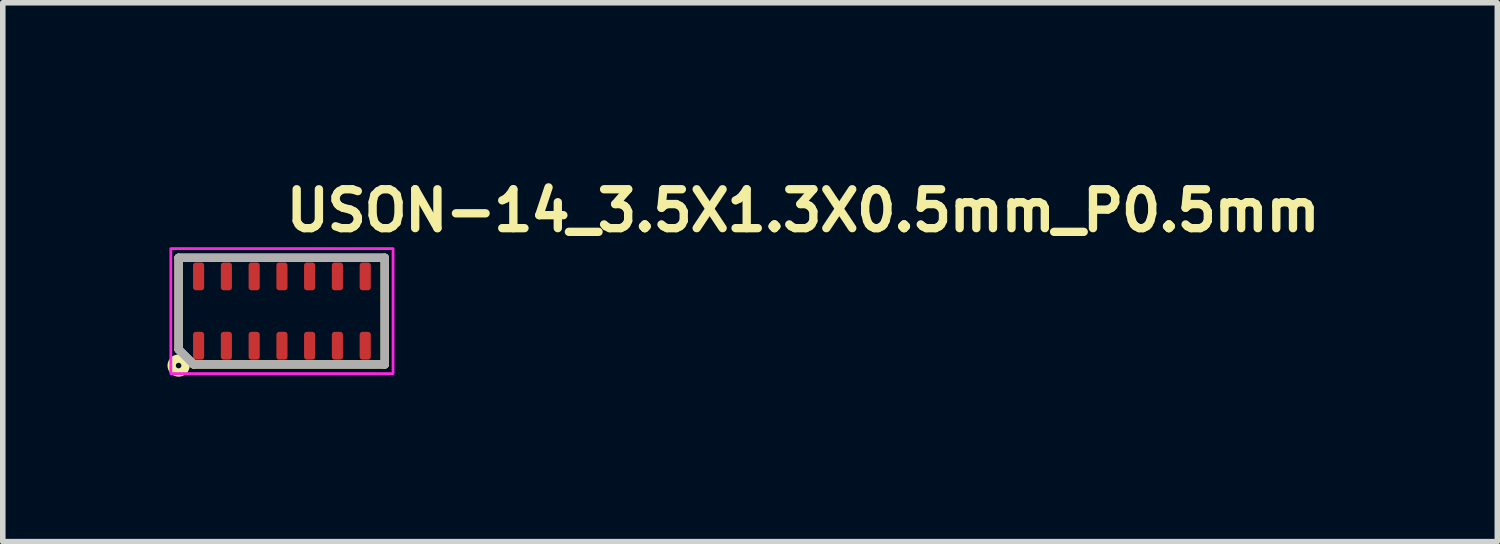
<source format=kicad_pcb>
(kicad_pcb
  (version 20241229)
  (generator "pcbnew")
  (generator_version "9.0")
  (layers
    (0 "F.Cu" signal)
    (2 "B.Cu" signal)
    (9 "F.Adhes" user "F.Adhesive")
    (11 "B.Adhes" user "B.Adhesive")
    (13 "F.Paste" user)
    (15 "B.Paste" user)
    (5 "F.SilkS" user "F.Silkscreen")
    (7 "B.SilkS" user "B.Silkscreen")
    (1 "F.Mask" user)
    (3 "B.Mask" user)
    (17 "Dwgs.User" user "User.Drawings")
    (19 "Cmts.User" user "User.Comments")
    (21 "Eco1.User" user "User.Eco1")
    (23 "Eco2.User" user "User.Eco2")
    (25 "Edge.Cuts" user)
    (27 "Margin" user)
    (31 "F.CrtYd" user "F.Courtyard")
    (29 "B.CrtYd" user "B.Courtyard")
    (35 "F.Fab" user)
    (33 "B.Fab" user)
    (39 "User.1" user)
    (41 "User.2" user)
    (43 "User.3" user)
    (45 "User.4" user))
  (footprint "USON-14_3.5X1.3X0.5mm_P0.5mm"
    (layer "F.Cu")
    (at 2.025 2.55)
    (property "Reference" "USON-14_3.5X1.3X0.5mm_P0.5mm" (at 0 -1.4 180) (layer "F.SilkS") (effects (font (size 0.7 0.7) (thickness 0.15)) (justify left bottom)))
    (attr smd)
    (fp_line (start -1.86 -0.96) (end 1.85 -0.96) (stroke (width 0.15) (type solid)) (layer "F.SilkS"))
    (fp_line (start -1.86 0.69) (end -1.86 -0.96) (stroke (width 0.15) (type solid)) (layer "F.SilkS"))
    (fp_line (start -1.59 0.96) (end -1.86 0.69) (stroke (width 0.15) (type solid)) (layer "F.SilkS"))
    (fp_line (start 1.85 -0.96) (end 1.85 0.96) (stroke (width 0.15) (type solid)) (layer "F.SilkS"))
    (fp_line (start 1.85 0.96) (end -1.59 0.96) (stroke (width 0.15) (type solid)) (layer "F.SilkS"))
    (fp_circle (center -1.86 0.98) (end -1.81 0.98) (stroke (width 0.15) (type solid)) (fill no) (layer "F.SilkS"))
    (fp_rect (start -2 -1.125) (end 2 1.125) (stroke (width 0.05) (type solid)) (fill no) (layer "F.CrtYd"))
    (fp_line (start -1.86 -0.96) (end -1.86 0.69) (stroke (width 0.15) (type solid)) (layer "F.Fab"))
    (fp_line (start -1.845 0.705) (end -1.595 0.955) (stroke (width 0.15) (type solid)) (layer "F.Fab"))
    (fp_line (start -1.58 0.96) (end 1.85 0.96) (stroke (width 0.15) (type solid)) (layer "F.Fab"))
    (fp_line (start 1.85 -0.96) (end -1.86 -0.96) (stroke (width 0.15) (type solid)) (layer "F.Fab"))
    (fp_line (start 1.85 0.96) (end 1.85 -0.96) (stroke (width 0.15) (type solid)) (layer "F.Fab"))
    (fp_rect (start -1.75 -0.687) (end 1.749 0.685) (stroke (width 0.1) (type solid)) (fill no) (layer "User.5"))
    (fp_line (start -1.75 -0.677) (end -1.75 0.675) (stroke (width 0.02) (type solid)) (layer "User.9"))
    (fp_line (start -1.75 0.675) (end 1.749 0.675) (stroke (width 0.02) (type solid)) (layer "User.9"))
    (fp_line (start -1.601 -0.687) (end -1.601 -0.677) (stroke (width 0.02) (type solid)) (layer "User.9"))
    (fp_line (start -1.601 0.675) (end -1.601 0.685) (stroke (width 0.02) (type solid)) (layer "User.9"))
    (fp_line (start -1.601 0.685) (end -1.401 0.685) (stroke (width 0.02) (type solid)) (layer "User.9"))
    (fp_line (start -1.594 0.341) (end -1.594 0.348) (stroke (width 0.02) (type solid)) (layer "User.9"))
    (fp_line (start -1.594 0.348) (end -1.594 0.356) (stroke (width 0.02) (type solid)) (layer "User.9"))
    (fp_line (start -1.594 0.356) (end -1.594 0.363) (stroke (width 0.02) (type solid)) (layer "User.9"))
    (fp_line (start -1.594 0.364) (end -1.594 0.371) (stroke (width 0.02) (type solid)) (layer "User.9"))
    (fp_line (start -1.594 0.371) (end -1.594 0.378) (stroke (width 0.02) (type solid)) (layer "User.9"))
    (fp_line (start -1.594 0.378) (end -1.594 0.385) (stroke (width 0.02) (type solid)) (layer "User.9"))
    (fp_line (start -1.594 0.385) (end -1.592 0.393) (stroke (width 0.02) (type solid)) (layer "User.9"))
    (fp_line (start -1.592 0.332) (end -1.594 0.341) (stroke (width 0.02) (type solid)) (layer "User.9"))
    (fp_line (start -1.592 0.393) (end -1.59 0.4) (stroke (width 0.02) (type solid)) (layer "User.9"))
    (fp_line (start -1.59 0.325) (end -1.592 0.332) (stroke (width 0.02) (type solid)) (layer "User.9"))
    (fp_line (start -1.59 0.4) (end -1.588 0.408) (stroke (width 0.02) (type solid)) (layer "User.9"))
    (fp_line (start -1.588 0.318) (end -1.59 0.325) (stroke (width 0.02) (type solid)) (layer "User.9"))
    (fp_line (start -1.588 0.408) (end -1.586 0.415) (stroke (width 0.02) (type solid)) (layer "User.9"))
    (fp_line (start -1.586 0.311) (end -1.588 0.318) (stroke (width 0.02) (type solid)) (layer "User.9"))
    (fp_line (start -1.586 0.415) (end -1.584 0.422) (stroke (width 0.02) (type solid)) (layer "User.9"))
    (fp_line (start -1.584 0.305) (end -1.586 0.311) (stroke (width 0.02) (type solid)) (layer "User.9"))
    (fp_line (start -1.584 0.422) (end -1.58 0.429) (stroke (width 0.02) (type solid)) (layer "User.9"))
    (fp_line (start -1.58 0.298) (end -1.584 0.305) (stroke (width 0.02) (type solid)) (layer "User.9"))
    (fp_line (start -1.58 0.429) (end -1.576 0.435) (stroke (width 0.02) (type solid)) (layer "User.9"))
    (fp_line (start -1.576 0.292) (end -1.58 0.298) (stroke (width 0.02) (type solid)) (layer "User.9"))
    (fp_line (start -1.576 0.435) (end -1.574 0.44) (stroke (width 0.02) (type solid)) (layer "User.9"))
    (fp_line (start -1.574 0.286) (end -1.576 0.292) (stroke (width 0.02) (type solid)) (layer "User.9"))
    (fp_line (start -1.574 0.44) (end -1.57 0.446) (stroke (width 0.02) (type solid)) (layer "User.9"))
    (fp_line (start -1.57 0.28) (end -1.574 0.286) (stroke (width 0.02) (type solid)) (layer "User.9"))
    (fp_line (start -1.57 0.446) (end -1.566 0.452) (stroke (width 0.02) (type solid)) (layer "User.9"))
    (fp_line (start -1.566 0.273) (end -1.57 0.28) (stroke (width 0.02) (type solid)) (layer "User.9"))
    (fp_line (start -1.566 0.452) (end -1.56 0.458) (stroke (width 0.02) (type solid)) (layer "User.9"))
    (fp_line (start -1.56 0.267) (end -1.566 0.273) (stroke (width 0.02) (type solid)) (layer "User.9"))
    (fp_line (start -1.56 0.458) (end -1.556 0.463) (stroke (width 0.02) (type solid)) (layer "User.9"))
    (fp_line (start -1.556 0.262) (end -1.56 0.267) (stroke (width 0.02) (type solid)) (layer "User.9"))
    (fp_line (start -1.556 0.463) (end -1.552 0.47) (stroke (width 0.02) (type solid)) (layer "User.9"))
    (fp_line (start -1.552 0.256) (end -1.556 0.262) (stroke (width 0.02) (type solid)) (layer "User.9"))
    (fp_line (start -1.552 0.47) (end -1.546 0.474) (stroke (width 0.02) (type solid)) (layer "User.9"))
    (fp_line (start -1.546 0.252) (end -1.552 0.256) (stroke (width 0.02) (type solid)) (layer "User.9"))
    (fp_line (start -1.546 0.474) (end -1.54 0.479) (stroke (width 0.02) (type solid)) (layer "User.9"))
    (fp_line (start -1.54 0.247) (end -1.546 0.252) (stroke (width 0.02) (type solid)) (layer "User.9"))
    (fp_line (start -1.54 0.479) (end -1.535 0.484) (stroke (width 0.02) (type solid)) (layer "User.9"))
    (fp_line (start -1.535 0.242) (end -1.54 0.247) (stroke (width 0.02) (type solid)) (layer "User.9"))
    (fp_line (start -1.535 0.484) (end -1.529 0.488) (stroke (width 0.02) (type solid)) (layer "User.9"))
    (fp_line (start -1.529 0.238) (end -1.535 0.242) (stroke (width 0.02) (type solid)) (layer "User.9"))
    (fp_line (start -1.529 0.488) (end -1.523 0.492) (stroke (width 0.02) (type solid)) (layer "User.9"))
    (fp_line (start -1.523 0.234) (end -1.529 0.238) (stroke (width 0.02) (type solid)) (layer "User.9"))
    (fp_line (start -1.523 0.492) (end -1.517 0.495) (stroke (width 0.02) (type solid)) (layer "User.9"))
    (fp_line (start -1.517 0.231) (end -1.523 0.234) (stroke (width 0.02) (type solid)) (layer "User.9"))
    (fp_line (start -1.517 0.495) (end -1.511 0.499) (stroke (width 0.02) (type solid)) (layer "User.9"))
    (fp_line (start -1.511 0.227) (end -1.517 0.231) (stroke (width 0.02) (type solid)) (layer "User.9"))
    (fp_line (start -1.511 0.499) (end -1.503 0.501) (stroke (width 0.02) (type solid)) (layer "User.9"))
    (fp_line (start -1.503 0.224) (end -1.511 0.227) (stroke (width 0.02) (type solid)) (layer "User.9"))
    (fp_line (start -1.503 0.501) (end -1.497 0.503) (stroke (width 0.02) (type solid)) (layer "User.9"))
    (fp_line (start -1.497 0.222) (end -1.503 0.224) (stroke (width 0.02) (type solid)) (layer "User.9"))
    (fp_line (start -1.497 0.503) (end -1.489 0.506) (stroke (width 0.02) (type solid)) (layer "User.9"))
    (fp_line (start -1.489 0.219) (end -1.497 0.222) (stroke (width 0.02) (type solid)) (layer "User.9"))
    (fp_line (start -1.489 0.506) (end -1.483 0.508) (stroke (width 0.02) (type solid)) (layer "User.9"))
    (fp_line (start -1.483 0.217) (end -1.489 0.219) (stroke (width 0.02) (type solid)) (layer "User.9"))
    (fp_line (start -1.483 0.508) (end -1.475 0.509) (stroke (width 0.02) (type solid)) (layer "User.9"))
    (fp_line (start -1.475 0.216) (end -1.483 0.217) (stroke (width 0.02) (type solid)) (layer "User.9"))
    (fp_line (start -1.475 0.509) (end -1.467 0.511) (stroke (width 0.02) (type solid)) (layer "User.9"))
    (fp_line (start -1.467 0.214) (end -1.475 0.216) (stroke (width 0.02) (type solid)) (layer "User.9"))
    (fp_line (start -1.467 0.511) (end -1.461 0.512) (stroke (width 0.02) (type solid)) (layer "User.9"))
    (fp_line (start -1.461 0.213) (end -1.467 0.214) (stroke (width 0.02) (type solid)) (layer "User.9"))
    (fp_line (start -1.461 0.512) (end -1.453 0.512) (stroke (width 0.02) (type solid)) (layer "User.9"))
    (fp_line (start -1.453 0.213) (end -1.461 0.213) (stroke (width 0.02) (type solid)) (layer "User.9"))
    (fp_line (start -1.453 0.512) (end -1.445 0.512) (stroke (width 0.02) (type solid)) (layer "User.9"))
    (fp_line (start -1.445 0.213) (end -1.453 0.213) (stroke (width 0.02) (type solid)) (layer "User.9"))
    (fp_line (start -1.445 0.213) (end -1.445 0.213) (stroke (width 0.02) (type solid)) (layer "User.9"))
    (fp_line (start -1.445 0.512) (end -1.445 0.512) (stroke (width 0.02) (type solid)) (layer "User.9"))
    (fp_line (start -1.445 0.512) (end -1.437 0.512) (stroke (width 0.02) (type solid)) (layer "User.9"))
    (fp_line (start -1.437 0.213) (end -1.445 0.213) (stroke (width 0.02) (type solid)) (layer "User.9"))
    (fp_line (start -1.437 0.512) (end -1.429 0.512) (stroke (width 0.02) (type solid)) (layer "User.9"))
    (fp_line (start -1.429 0.213) (end -1.437 0.213) (stroke (width 0.02) (type solid)) (layer "User.9"))
    (fp_line (start -1.429 0.512) (end -1.423 0.511) (stroke (width 0.02) (type solid)) (layer "User.9"))
    (fp_line (start -1.423 0.214) (end -1.429 0.213) (stroke (width 0.02) (type solid)) (layer "User.9"))
    (fp_line (start -1.423 0.511) (end -1.415 0.509) (stroke (width 0.02) (type solid)) (layer "User.9"))
    (fp_line (start -1.415 0.216) (end -1.423 0.214) (stroke (width 0.02) (type solid)) (layer "User.9"))
    (fp_line (start -1.415 0.509) (end -1.408 0.508) (stroke (width 0.02) (type solid)) (layer "User.9"))
    (fp_line (start -1.408 0.217) (end -1.415 0.216) (stroke (width 0.02) (type solid)) (layer "User.9"))
    (fp_line (start -1.408 0.508) (end -1.4 0.506) (stroke (width 0.02) (type solid)) (layer "User.9"))
    (fp_line (start -1.401 -0.687) (end -1.601 -0.687) (stroke (width 0.02) (type solid)) (layer "User.9"))
    (fp_line (start -1.401 -0.677) (end -1.401 -0.687) (stroke (width 0.02) (type solid)) (layer "User.9"))
    (fp_line (start -1.401 0.685) (end -1.401 0.675) (stroke (width 0.02) (type solid)) (layer "User.9"))
    (fp_line (start -1.4 0.219) (end -1.408 0.217) (stroke (width 0.02) (type solid)) (layer "User.9"))
    (fp_line (start -1.4 0.506) (end -1.394 0.503) (stroke (width 0.02) (type solid)) (layer "User.9"))
    (fp_line (start -1.394 0.222) (end -1.4 0.219) (stroke (width 0.02) (type solid)) (layer "User.9"))
    (fp_line (start -1.394 0.503) (end -1.386 0.501) (stroke (width 0.02) (type solid)) (layer "User.9"))
    (fp_line (start -1.386 0.224) (end -1.394 0.222) (stroke (width 0.02) (type solid)) (layer "User.9"))
    (fp_line (start -1.386 0.501) (end -1.38 0.499) (stroke (width 0.02) (type solid)) (layer "User.9"))
    (fp_line (start -1.38 0.227) (end -1.386 0.224) (stroke (width 0.02) (type solid)) (layer "User.9"))
    (fp_line (start -1.38 0.499) (end -1.374 0.495) (stroke (width 0.02) (type solid)) (layer "User.9"))
    (fp_line (start -1.374 0.231) (end -1.38 0.227) (stroke (width 0.02) (type solid)) (layer "User.9"))
    (fp_line (start -1.374 0.495) (end -1.368 0.492) (stroke (width 0.02) (type solid)) (layer "User.9"))
    (fp_line (start -1.368 0.234) (end -1.374 0.231) (stroke (width 0.02) (type solid)) (layer "User.9"))
    (fp_line (start -1.368 0.492) (end -1.362 0.488) (stroke (width 0.02) (type solid)) (layer "User.9"))
    (fp_line (start -1.362 0.238) (end -1.368 0.234) (stroke (width 0.02) (type solid)) (layer "User.9"))
    (fp_line (start -1.362 0.488) (end -1.356 0.484) (stroke (width 0.02) (type solid)) (layer "User.9"))
    (fp_line (start -1.356 0.242) (end -1.362 0.238) (stroke (width 0.02) (type solid)) (layer "User.9"))
    (fp_line (start -1.356 0.484) (end -1.35 0.479) (stroke (width 0.02) (type solid)) (layer "User.9"))
    (fp_line (start -1.35 0.247) (end -1.356 0.242) (stroke (width 0.02) (type solid)) (layer "User.9"))
    (fp_line (start -1.35 0.479) (end -1.344 0.474) (stroke (width 0.02) (type solid)) (layer "User.9"))
    (fp_line (start -1.344 0.252) (end -1.35 0.247) (stroke (width 0.02) (type solid)) (layer "User.9"))
    (fp_line (start -1.344 0.474) (end -1.338 0.47) (stroke (width 0.02) (type solid)) (layer "User.9"))
    (fp_line (start -1.338 0.256) (end -1.344 0.252) (stroke (width 0.02) (type solid)) (layer "User.9"))
    (fp_line (start -1.338 0.47) (end -1.334 0.463) (stroke (width 0.02) (type solid)) (layer "User.9"))
    (fp_line (start -1.334 0.262) (end -1.338 0.256) (stroke (width 0.02) (type solid)) (layer "User.9"))
    (fp_line (start -1.334 0.463) (end -1.33 0.458) (stroke (width 0.02) (type solid)) (layer "User.9"))
    (fp_line (start -1.33 0.267) (end -1.334 0.262) (stroke (width 0.02) (type solid)) (layer "User.9"))
    (fp_line (start -1.33 0.458) (end -1.324 0.452) (stroke (width 0.02) (type solid)) (layer "User.9"))
    (fp_line (start -1.324 0.273) (end -1.33 0.267) (stroke (width 0.02) (type solid)) (layer "User.9"))
    (fp_line (start -1.324 0.452) (end -1.32 0.446) (stroke (width 0.02) (type solid)) (layer "User.9"))
    (fp_line (start -1.32 0.28) (end -1.324 0.273) (stroke (width 0.02) (type solid)) (layer "User.9"))
    (fp_line (start -1.32 0.446) (end -1.316 0.44) (stroke (width 0.02) (type solid)) (layer "User.9"))
    (fp_line (start -1.316 0.286) (end -1.32 0.28) (stroke (width 0.02) (type solid)) (layer "User.9"))
    (fp_line (start -1.316 0.44) (end -1.314 0.435) (stroke (width 0.02) (type solid)) (layer "User.9"))
    (fp_line (start -1.314 0.292) (end -1.316 0.286) (stroke (width 0.02) (type solid)) (layer "User.9"))
    (fp_line (start -1.314 0.435) (end -1.31 0.429) (stroke (width 0.02) (type solid)) (layer "User.9"))
    (fp_line (start -1.31 0.298) (end -1.314 0.292) (stroke (width 0.02) (type solid)) (layer "User.9"))
    (fp_line (start -1.31 0.429) (end -1.306 0.422) (stroke (width 0.02) (type solid)) (layer "User.9"))
    (fp_line (start -1.306 0.305) (end -1.31 0.298) (stroke (width 0.02) (type solid)) (layer "User.9"))
    (fp_line (start -1.306 0.422) (end -1.304 0.415) (stroke (width 0.02) (type solid)) (layer "User.9"))
    (fp_line (start -1.304 0.311) (end -1.306 0.305) (stroke (width 0.02) (type solid)) (layer "User.9"))
    (fp_line (start -1.304 0.415) (end -1.302 0.408) (stroke (width 0.02) (type solid)) (layer "User.9"))
    (fp_line (start -1.302 0.318) (end -1.304 0.311) (stroke (width 0.02) (type solid)) (layer "User.9"))
    (fp_line (start -1.302 0.408) (end -1.3 0.4) (stroke (width 0.02) (type solid)) (layer "User.9"))
    (fp_line (start -1.3 0.325) (end -1.302 0.318) (stroke (width 0.02) (type solid)) (layer "User.9"))
    (fp_line (start -1.3 0.4) (end -1.298 0.393) (stroke (width 0.02) (type solid)) (layer "User.9"))
    (fp_line (start -1.298 0.332) (end -1.3 0.325) (stroke (width 0.02) (type solid)) (layer "User.9"))
    (fp_line (start -1.298 0.393) (end -1.296 0.385) (stroke (width 0.02) (type solid)) (layer "User.9"))
    (fp_line (start -1.296 0.341) (end -1.298 0.332) (stroke (width 0.02) (type solid)) (layer "User.9"))
    (fp_line (start -1.296 0.348) (end -1.296 0.341) (stroke (width 0.02) (type solid)) (layer "User.9"))
    (fp_line (start -1.296 0.356) (end -1.296 0.348) (stroke (width 0.02) (type solid)) (layer "User.9"))
    (fp_line (start -1.296 0.364) (end -1.296 0.356) (stroke (width 0.02) (type solid)) (layer "User.9"))
    (fp_line (start -1.296 0.371) (end -1.296 0.364) (stroke (width 0.02) (type solid)) (layer "User.9"))
    (fp_line (start -1.296 0.378) (end -1.296 0.371) (stroke (width 0.02) (type solid)) (layer "User.9"))
    (fp_line (start -1.296 0.385) (end -1.296 0.378) (stroke (width 0.02) (type solid)) (layer "User.9"))
    (fp_line (start -1.101 -0.687) (end -1.101 -0.677) (stroke (width 0.02) (type solid)) (layer "User.9"))
    (fp_line (start -1.101 0.675) (end -1.101 0.685) (stroke (width 0.02) (type solid)) (layer "User.9"))
    (fp_line (start -1.101 0.685) (end -0.902 0.685) (stroke (width 0.02) (type solid)) (layer "User.9"))
    (fp_line (start -0.902 -0.687) (end -1.101 -0.687) (stroke (width 0.02) (type solid)) (layer "User.9"))
    (fp_line (start -0.902 -0.677) (end -0.902 -0.687) (stroke (width 0.02) (type solid)) (layer "User.9"))
    (fp_line (start -0.902 0.685) (end -0.902 0.675) (stroke (width 0.02) (type solid)) (layer "User.9"))
    (fp_line (start -0.6 -0.687) (end -0.6 -0.677) (stroke (width 0.02) (type solid)) (layer "User.9"))
    (fp_line (start -0.6 0.675) (end -0.6 0.685) (stroke (width 0.02) (type solid)) (layer "User.9"))
    (fp_line (start -0.6 0.685) (end -0.402 0.685) (stroke (width 0.02) (type solid)) (layer "User.9"))
    (fp_line (start -0.402 -0.687) (end -0.6 -0.687) (stroke (width 0.02) (type solid)) (layer "User.9"))
    (fp_line (start -0.402 -0.677) (end -0.402 -0.687) (stroke (width 0.02) (type solid)) (layer "User.9"))
    (fp_line (start -0.402 0.685) (end -0.402 0.675) (stroke (width 0.02) (type solid)) (layer "User.9"))
    (fp_line (start -0.102 -0.687) (end -0.102 -0.677) (stroke (width 0.02) (type solid)) (layer "User.9"))
    (fp_line (start -0.102 0.675) (end -0.102 0.685) (stroke (width 0.02) (type solid)) (layer "User.9"))
    (fp_line (start -0.102 0.685) (end 0.1 0.685) (stroke (width 0.02) (type solid)) (layer "User.9"))
    (fp_line (start 0.1 -0.687) (end -0.102 -0.687) (stroke (width 0.02) (type solid)) (layer "User.9"))
    (fp_line (start 0.1 -0.677) (end 0.1 -0.687) (stroke (width 0.02) (type solid)) (layer "User.9"))
    (fp_line (start 0.1 0.685) (end 0.1 0.675) (stroke (width 0.02) (type solid)) (layer "User.9"))
    (fp_line (start 0.4 -0.687) (end 0.4 -0.677) (stroke (width 0.02) (type solid)) (layer "User.9"))
    (fp_line (start 0.4 0.675) (end 0.4 0.685) (stroke (width 0.02) (type solid)) (layer "User.9"))
    (fp_line (start 0.4 0.685) (end 0.598 0.685) (stroke (width 0.02) (type solid)) (layer "User.9"))
    (fp_line (start 0.598 -0.687) (end 0.4 -0.687) (stroke (width 0.02) (type solid)) (layer "User.9"))
    (fp_line (start 0.598 -0.677) (end 0.598 -0.687) (stroke (width 0.02) (type solid)) (layer "User.9"))
    (fp_line (start 0.598 0.685) (end 0.598 0.675) (stroke (width 0.02) (type solid)) (layer "User.9"))
    (fp_line (start 0.9 -0.687) (end 0.9 -0.677) (stroke (width 0.02) (type solid)) (layer "User.9"))
    (fp_line (start 0.9 0.675) (end 0.9 0.685) (stroke (width 0.02) (type solid)) (layer "User.9"))
    (fp_line (start 0.9 0.685) (end 1.1 0.685) (stroke (width 0.02) (type solid)) (layer "User.9"))
    (fp_line (start 1.1 -0.687) (end 0.9 -0.687) (stroke (width 0.02) (type solid)) (layer "User.9"))
    (fp_line (start 1.1 -0.677) (end 1.1 -0.687) (stroke (width 0.02) (type solid)) (layer "User.9"))
    (fp_line (start 1.1 0.685) (end 1.1 0.675) (stroke (width 0.02) (type solid)) (layer "User.9"))
    (fp_line (start 1.398 -0.687) (end 1.398 -0.677) (stroke (width 0.02) (type solid)) (layer "User.9"))
    (fp_line (start 1.398 0.675) (end 1.398 0.685) (stroke (width 0.02) (type solid)) (layer "User.9"))
    (fp_line (start 1.398 0.685) (end 1.6 0.685) (stroke (width 0.02) (type solid)) (layer "User.9"))
    (fp_line (start 1.6 -0.687) (end 1.398 -0.687) (stroke (width 0.02) (type solid)) (layer "User.9"))
    (fp_line (start 1.6 -0.677) (end 1.6 -0.687) (stroke (width 0.02) (type solid)) (layer "User.9"))
    (fp_line (start 1.6 0.685) (end 1.6 0.675) (stroke (width 0.02) (type solid)) (layer "User.9"))
    (fp_line (start 1.749 -0.677) (end -1.75 -0.677) (stroke (width 0.02) (type solid)) (layer "User.9"))
    (fp_line (start 1.749 0.675) (end 1.749 -0.677) (stroke (width 0.02) (type solid)) (layer "User.9"))
    (pad "1" smd roundrect (at -1.5 0.623) (size 0.2 0.5) (layers "F.Cu" "F.Mask" "F.Paste") (roundrect_rratio 0.25))
    (pad "2" smd roundrect (at -1 0.623) (size 0.2 0.5) (layers "F.Cu" "F.Mask" "F.Paste") (roundrect_rratio 0.25))
    (pad "3" smd roundrect (at -0.5 0.623) (size 0.2 0.5) (layers "F.Cu" "F.Mask" "F.Paste") (roundrect_rratio 0.25))
    (pad "4" smd roundrect (at 0 0.623) (size 0.2 0.5) (layers "F.Cu" "F.Mask" "F.Paste") (roundrect_rratio 0.25))
    (pad "5" smd roundrect (at 0.498 0.623) (size 0.2 0.5) (layers "F.Cu" "F.Mask" "F.Paste") (roundrect_rratio 0.25))
    (pad "6" smd roundrect (at 0.998 0.623) (size 0.2 0.5) (layers "F.Cu" "F.Mask" "F.Paste") (roundrect_rratio 0.25))
    (pad "7" smd roundrect (at 1.499 0.623) (size 0.2 0.5) (layers "F.Cu" "F.Mask" "F.Paste") (roundrect_rratio 0.25))
    (pad "8" smd roundrect (at 1.499 -0.625) (size 0.2 0.5) (layers "F.Cu" "F.Mask" "F.Paste") (roundrect_rratio 0.25))
    (pad "9" smd roundrect (at 0.998 -0.625) (size 0.2 0.5) (layers "F.Cu" "F.Mask" "F.Paste") (roundrect_rratio 0.25))
    (pad "10" smd roundrect (at 0.498 -0.625) (size 0.2 0.5) (layers "F.Cu" "F.Mask" "F.Paste") (roundrect_rratio 0.25))
    (pad "11" smd roundrect (at 0 -0.625) (size 0.2 0.5) (layers "F.Cu" "F.Mask" "F.Paste") (roundrect_rratio 0.25))
    (pad "12" smd roundrect (at -0.5 -0.625) (size 0.2 0.5) (layers "F.Cu" "F.Mask" "F.Paste") (roundrect_rratio 0.25))
    (pad "13" smd roundrect (at -1 -0.625) (size 0.2 0.5) (layers "F.Cu" "F.Mask" "F.Paste") (roundrect_rratio 0.25))
    (pad "14" smd roundrect (at -1.5 -0.625) (size 0.2 0.5) (layers "F.Cu" "F.Mask" "F.Paste") (roundrect_rratio 0.25)))
  (gr_rect
    (start -3 -3)
    (end 23.902 6.7)
    (stroke (width 0.1) (type default))
    (fill no)
    (layer "Edge.Cuts")))
</source>
